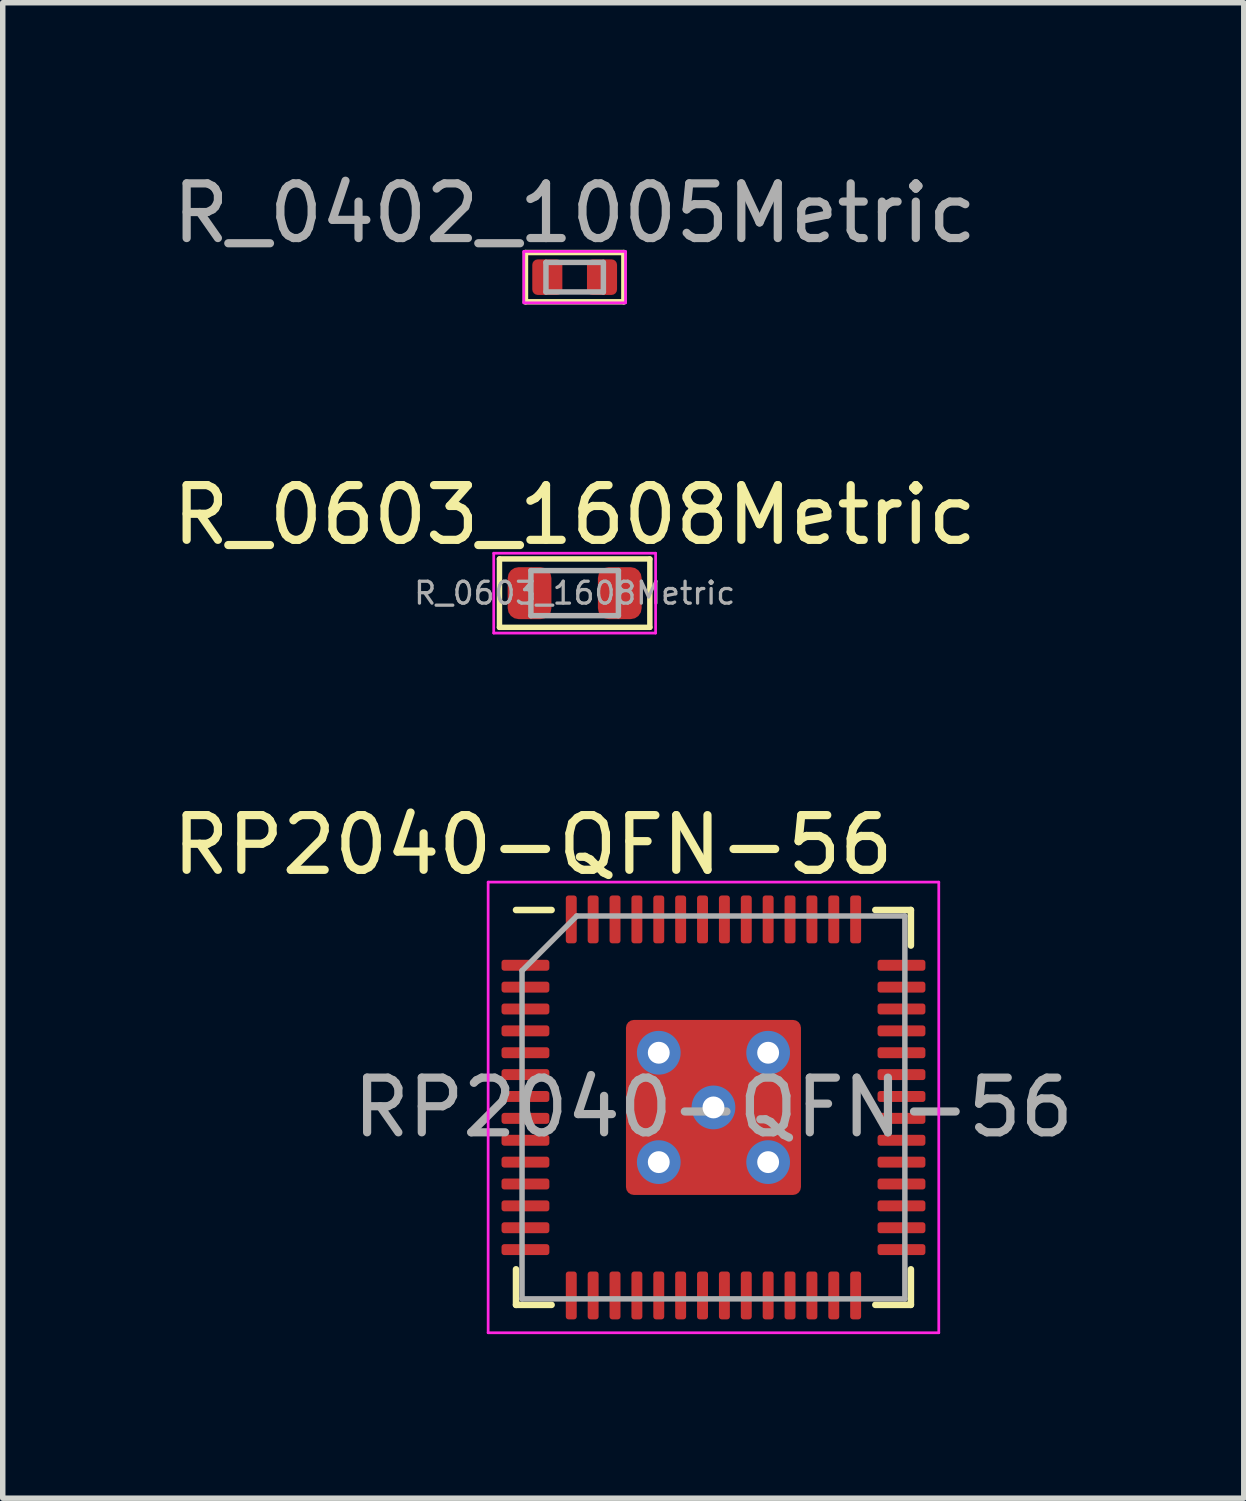
<source format=kicad_pcb>
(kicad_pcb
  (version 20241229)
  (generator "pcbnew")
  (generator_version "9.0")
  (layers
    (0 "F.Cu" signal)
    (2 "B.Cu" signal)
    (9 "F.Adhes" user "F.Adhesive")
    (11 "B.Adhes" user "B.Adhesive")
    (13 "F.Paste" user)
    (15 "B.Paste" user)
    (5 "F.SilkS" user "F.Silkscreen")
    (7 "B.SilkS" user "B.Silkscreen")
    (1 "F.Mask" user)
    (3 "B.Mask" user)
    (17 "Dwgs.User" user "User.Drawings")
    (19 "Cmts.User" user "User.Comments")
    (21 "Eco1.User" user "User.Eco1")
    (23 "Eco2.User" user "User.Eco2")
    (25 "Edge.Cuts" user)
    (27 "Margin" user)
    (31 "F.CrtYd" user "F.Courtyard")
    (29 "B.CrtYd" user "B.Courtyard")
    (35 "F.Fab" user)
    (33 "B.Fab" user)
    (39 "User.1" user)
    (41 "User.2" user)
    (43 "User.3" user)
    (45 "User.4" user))
  (footprint "R_0402_1005Metric"
    (layer "F.Cu")
    (at 7.458 2.018)
    (property "Reference" "R_0402_1005Metric" (at 0 -1.17 0) (layer "F.Fab") (effects (font (size 1 1) (thickness 0.15))))
    (attr smd)
    (fp_line (start -0.9 -0.45) (end -0.9 0.45) (stroke (width 0.1) (type solid)) (layer "F.SilkS"))
    (fp_line (start -0.9 -0.45) (end 0.9 -0.45) (stroke (width 0.1) (type solid)) (layer "F.SilkS"))
    (fp_line (start -0.9 0.45) (end 0.9 0.45) (stroke (width 0.1) (type solid)) (layer "F.SilkS"))
    (fp_line (start 0.9 -0.45) (end 0.9 0.45) (stroke (width 0.1) (type solid)) (layer "F.SilkS"))
    (fp_line (start -0.93 -0.47) (end 0.93 -0.47) (stroke (width 0.05) (type solid)) (layer "F.CrtYd"))
    (fp_line (start -0.93 0.47) (end -0.93 -0.47) (stroke (width 0.05) (type solid)) (layer "F.CrtYd"))
    (fp_line (start 0.93 -0.47) (end 0.93 0.47) (stroke (width 0.05) (type solid)) (layer "F.CrtYd"))
    (fp_line (start 0.93 0.47) (end -0.93 0.47) (stroke (width 0.05) (type solid)) (layer "F.CrtYd"))
    (fp_line (start -0.525 -0.27) (end 0.525 -0.27) (stroke (width 0.1) (type solid)) (layer "F.Fab"))
    (fp_line (start -0.525 0.27) (end -0.525 -0.27) (stroke (width 0.1) (type solid)) (layer "F.Fab"))
    (fp_line (start 0.525 -0.27) (end 0.525 0.27) (stroke (width 0.1) (type solid)) (layer "F.Fab"))
    (fp_line (start 0.525 0.27) (end -0.525 0.27) (stroke (width 0.1) (type solid)) (layer "F.Fab"))
    (pad "1" smd roundrect (at -0.5 0) (size 0.55 0.65) (layers "F.Cu" "F.Mask" "F.Paste") (roundrect_rratio 0.182))
    (pad "2" smd roundrect (at 0.5 0) (size 0.55 0.65) (layers "F.Cu" "F.Mask" "F.Paste") (roundrect_rratio 0.182)))
  (footprint "RP2040-QFN-56"
    (layer "F.Cu")
    (at 9.996 17.2)
    (property "Reference" "RP2040-QFN-56" (at -3.3 -4.8 180) (layer "F.SilkS") (effects (font (size 1 1) (thickness 0.15))))
    (attr smd)
    (fp_line (start -3.61 3.61) (end -3.61 2.96) (stroke (width 0.12) (type solid)) (layer "F.SilkS"))
    (fp_line (start -2.96 -3.61) (end -3.61 -3.61) (stroke (width 0.12) (type solid)) (layer "F.SilkS"))
    (fp_line (start -2.96 3.61) (end -3.61 3.61) (stroke (width 0.12) (type solid)) (layer "F.SilkS"))
    (fp_line (start 2.96 -3.61) (end 3.61 -3.61) (stroke (width 0.12) (type solid)) (layer "F.SilkS"))
    (fp_line (start 2.96 3.61) (end 3.61 3.61) (stroke (width 0.12) (type solid)) (layer "F.SilkS"))
    (fp_line (start 3.61 -3.61) (end 3.61 -2.96) (stroke (width 0.12) (type solid)) (layer "F.SilkS"))
    (fp_line (start 3.61 3.61) (end 3.61 2.96) (stroke (width 0.12) (type solid)) (layer "F.SilkS"))
    (fp_line (start -4.12 -4.12) (end -4.12 4.12) (stroke (width 0.05) (type solid)) (layer "F.CrtYd"))
    (fp_line (start -4.12 4.12) (end 4.12 4.12) (stroke (width 0.05) (type solid)) (layer "F.CrtYd"))
    (fp_line (start 4.12 -4.12) (end -4.12 -4.12) (stroke (width 0.05) (type solid)) (layer "F.CrtYd"))
    (fp_line (start 4.12 4.12) (end 4.12 -4.12) (stroke (width 0.05) (type solid)) (layer "F.CrtYd"))
    (fp_line (start -3.5 -2.5) (end -2.5 -3.5) (stroke (width 0.1) (type solid)) (layer "F.Fab"))
    (fp_line (start -3.5 3.5) (end -3.5 -2.5) (stroke (width 0.1) (type solid)) (layer "F.Fab"))
    (fp_line (start -2.5 -3.5) (end 3.5 -3.5) (stroke (width 0.1) (type solid)) (layer "F.Fab"))
    (fp_line (start 3.5 -3.5) (end 3.5 3.5) (stroke (width 0.1) (type solid)) (layer "F.Fab"))
    (fp_line (start 3.5 3.5) (end -3.5 3.5) (stroke (width 0.1) (type solid)) (layer "F.Fab"))
    (fp_text user "${REFERENCE}" (at 0 0 180) (layer "F.Fab") (effects (font (size 1 1) (thickness 0.15))))
    (pad "" smd roundrect (at -0.637 -0.637) (size 1.084 1.084) (layers "F.Paste") (roundrect_rratio 0.231))
    (pad "" smd roundrect (at -0.637 0.637) (size 1.084 1.084) (layers "F.Paste") (roundrect_rratio 0.231))
    (pad "" smd roundrect (at 0.637 -0.637) (size 1.084 1.084) (layers "F.Paste") (roundrect_rratio 0.231))
    (pad "" smd roundrect (at 0.637 0.637) (size 1.084 1.084) (layers "F.Paste") (roundrect_rratio 0.231))
    (pad "1" smd roundrect (at -3.438 -2.6) (size 0.875 0.2) (layers "F.Cu" "F.Mask" "F.Paste") (roundrect_rratio 0.25))
    (pad "2" smd roundrect (at -3.438 -2.2) (size 0.875 0.2) (layers "F.Cu" "F.Mask" "F.Paste") (roundrect_rratio 0.25))
    (pad "3" smd roundrect (at -3.438 -1.8) (size 0.875 0.2) (layers "F.Cu" "F.Mask" "F.Paste") (roundrect_rratio 0.25))
    (pad "4" smd roundrect (at -3.438 -1.4) (size 0.875 0.2) (layers "F.Cu" "F.Mask" "F.Paste") (roundrect_rratio 0.25))
    (pad "5" smd roundrect (at -3.438 -1) (size 0.875 0.2) (layers "F.Cu" "F.Mask" "F.Paste") (roundrect_rratio 0.25))
    (pad "6" smd roundrect (at -3.438 -0.6) (size 0.875 0.2) (layers "F.Cu" "F.Mask" "F.Paste") (roundrect_rratio 0.25))
    (pad "7" smd roundrect (at -3.438 -0.2) (size 0.875 0.2) (layers "F.Cu" "F.Mask" "F.Paste") (roundrect_rratio 0.25))
    (pad "8" smd roundrect (at -3.438 0.2) (size 0.875 0.2) (layers "F.Cu" "F.Mask" "F.Paste") (roundrect_rratio 0.25))
    (pad "9" smd roundrect (at -3.438 0.6) (size 0.875 0.2) (layers "F.Cu" "F.Mask" "F.Paste") (roundrect_rratio 0.25))
    (pad "10" smd roundrect (at -3.438 1) (size 0.875 0.2) (layers "F.Cu" "F.Mask" "F.Paste") (roundrect_rratio 0.25))
    (pad "11" smd roundrect (at -3.438 1.4) (size 0.875 0.2) (layers "F.Cu" "F.Mask" "F.Paste") (roundrect_rratio 0.25))
    (pad "12" smd roundrect (at -3.438 1.8) (size 0.875 0.2) (layers "F.Cu" "F.Mask" "F.Paste") (roundrect_rratio 0.25))
    (pad "13" smd roundrect (at -3.438 2.2) (size 0.875 0.2) (layers "F.Cu" "F.Mask" "F.Paste") (roundrect_rratio 0.25))
    (pad "14" smd roundrect (at -3.438 2.6) (size 0.875 0.2) (layers "F.Cu" "F.Mask" "F.Paste") (roundrect_rratio 0.25))
    (pad "15" smd roundrect (at -2.6 3.438) (size 0.2 0.875) (layers "F.Cu" "F.Mask" "F.Paste") (roundrect_rratio 0.25))
    (pad "16" smd roundrect (at -2.2 3.438) (size 0.2 0.875) (layers "F.Cu" "F.Mask" "F.Paste") (roundrect_rratio 0.25))
    (pad "17" smd roundrect (at -1.8 3.438) (size 0.2 0.875) (layers "F.Cu" "F.Mask" "F.Paste") (roundrect_rratio 0.25))
    (pad "18" smd roundrect (at -1.4 3.438) (size 0.2 0.875) (layers "F.Cu" "F.Mask" "F.Paste") (roundrect_rratio 0.25))
    (pad "19" smd roundrect (at -1 3.438) (size 0.2 0.875) (layers "F.Cu" "F.Mask" "F.Paste") (roundrect_rratio 0.25))
    (pad "20" smd roundrect (at -0.6 3.438) (size 0.2 0.875) (layers "F.Cu" "F.Mask" "F.Paste") (roundrect_rratio 0.25))
    (pad "21" smd roundrect (at -0.2 3.438) (size 0.2 0.875) (layers "F.Cu" "F.Mask" "F.Paste") (roundrect_rratio 0.25))
    (pad "22" smd roundrect (at 0.2 3.438) (size 0.2 0.875) (layers "F.Cu" "F.Mask" "F.Paste") (roundrect_rratio 0.25))
    (pad "23" smd roundrect (at 0.6 3.438) (size 0.2 0.875) (layers "F.Cu" "F.Mask" "F.Paste") (roundrect_rratio 0.25))
    (pad "24" smd roundrect (at 1 3.438) (size 0.2 0.875) (layers "F.Cu" "F.Mask" "F.Paste") (roundrect_rratio 0.25))
    (pad "25" smd roundrect (at 1.4 3.438) (size 0.2 0.875) (layers "F.Cu" "F.Mask" "F.Paste") (roundrect_rratio 0.25))
    (pad "26" smd roundrect (at 1.8 3.438) (size 0.2 0.875) (layers "F.Cu" "F.Mask" "F.Paste") (roundrect_rratio 0.25))
    (pad "27" smd roundrect (at 2.2 3.438) (size 0.2 0.875) (layers "F.Cu" "F.Mask" "F.Paste") (roundrect_rratio 0.25))
    (pad "28" smd roundrect (at 2.6 3.438) (size 0.2 0.875) (layers "F.Cu" "F.Mask" "F.Paste") (roundrect_rratio 0.25))
    (pad "29" smd roundrect (at 3.438 2.6) (size 0.875 0.2) (layers "F.Cu" "F.Mask" "F.Paste") (roundrect_rratio 0.25))
    (pad "30" smd roundrect (at 3.438 2.2) (size 0.875 0.2) (layers "F.Cu" "F.Mask" "F.Paste") (roundrect_rratio 0.25))
    (pad "31" smd roundrect (at 3.438 1.8) (size 0.875 0.2) (layers "F.Cu" "F.Mask" "F.Paste") (roundrect_rratio 0.25))
    (pad "32" smd roundrect (at 3.438 1.4) (size 0.875 0.2) (layers "F.Cu" "F.Mask" "F.Paste") (roundrect_rratio 0.25))
    (pad "33" smd roundrect (at 3.438 1) (size 0.875 0.2) (layers "F.Cu" "F.Mask" "F.Paste") (roundrect_rratio 0.25))
    (pad "34" smd roundrect (at 3.438 0.6) (size 0.875 0.2) (layers "F.Cu" "F.Mask" "F.Paste") (roundrect_rratio 0.25))
    (pad "35" smd roundrect (at 3.438 0.2) (size 0.875 0.2) (layers "F.Cu" "F.Mask" "F.Paste") (roundrect_rratio 0.25))
    (pad "36" smd roundrect (at 3.438 -0.2) (size 0.875 0.2) (layers "F.Cu" "F.Mask" "F.Paste") (roundrect_rratio 0.25))
    (pad "37" smd roundrect (at 3.438 -0.6) (size 0.875 0.2) (layers "F.Cu" "F.Mask" "F.Paste") (roundrect_rratio 0.25))
    (pad "38" smd roundrect (at 3.438 -1) (size 0.875 0.2) (layers "F.Cu" "F.Mask" "F.Paste") (roundrect_rratio 0.25))
    (pad "39" smd roundrect (at 3.438 -1.4) (size 0.875 0.2) (layers "F.Cu" "F.Mask" "F.Paste") (roundrect_rratio 0.25))
    (pad "40" smd roundrect (at 3.438 -1.8) (size 0.875 0.2) (layers "F.Cu" "F.Mask" "F.Paste") (roundrect_rratio 0.25))
    (pad "41" smd roundrect (at 3.438 -2.2) (size 0.875 0.2) (layers "F.Cu" "F.Mask" "F.Paste") (roundrect_rratio 0.25))
    (pad "42" smd roundrect (at 3.438 -2.6) (size 0.875 0.2) (layers "F.Cu" "F.Mask" "F.Paste") (roundrect_rratio 0.25))
    (pad "43" smd roundrect (at 2.6 -3.438) (size 0.2 0.875) (layers "F.Cu" "F.Mask" "F.Paste") (roundrect_rratio 0.25))
    (pad "44" smd roundrect (at 2.2 -3.438) (size 0.2 0.875) (layers "F.Cu" "F.Mask" "F.Paste") (roundrect_rratio 0.25))
    (pad "45" smd roundrect (at 1.8 -3.438) (size 0.2 0.875) (layers "F.Cu" "F.Mask" "F.Paste") (roundrect_rratio 0.25))
    (pad "46" smd roundrect (at 1.4 -3.438) (size 0.2 0.875) (layers "F.Cu" "F.Mask" "F.Paste") (roundrect_rratio 0.25))
    (pad "47" smd roundrect (at 1 -3.438) (size 0.2 0.875) (layers "F.Cu" "F.Mask" "F.Paste") (roundrect_rratio 0.25))
    (pad "48" smd roundrect (at 0.6 -3.438) (size 0.2 0.875) (layers "F.Cu" "F.Mask" "F.Paste") (roundrect_rratio 0.25))
    (pad "49" smd roundrect (at 0.2 -3.438) (size 0.2 0.875) (layers "F.Cu" "F.Mask" "F.Paste") (roundrect_rratio 0.25))
    (pad "50" smd roundrect (at -0.2 -3.438) (size 0.2 0.875) (layers "F.Cu" "F.Mask" "F.Paste") (roundrect_rratio 0.25))
    (pad "51" smd roundrect (at -0.6 -3.438) (size 0.2 0.875) (layers "F.Cu" "F.Mask" "F.Paste") (roundrect_rratio 0.25))
    (pad "52" smd roundrect (at -1 -3.438) (size 0.2 0.875) (layers "F.Cu" "F.Mask" "F.Paste") (roundrect_rratio 0.25))
    (pad "53" smd roundrect (at -1.4 -3.438) (size 0.2 0.875) (layers "F.Cu" "F.Mask" "F.Paste") (roundrect_rratio 0.25))
    (pad "54" smd roundrect (at -1.8 -3.438) (size 0.2 0.875) (layers "F.Cu" "F.Mask" "F.Paste") (roundrect_rratio 0.25))
    (pad "55" smd roundrect (at -2.2 -3.438) (size 0.2 0.875) (layers "F.Cu" "F.Mask" "F.Paste") (roundrect_rratio 0.25))
    (pad "56" smd roundrect (at -2.6 -3.438) (size 0.2 0.875) (layers "F.Cu" "F.Mask" "F.Paste") (roundrect_rratio 0.25))
    (pad "57" thru_hole circle (at -1 -1) (size 0.8 0.8) (drill 0.4) (layers "*.Cu"))
    (pad "57" thru_hole circle (at -1 1) (size 0.8 0.8) (drill 0.4) (layers "*.Cu"))
    (pad "57" thru_hole circle (at 0 0) (size 0.8 0.8) (drill 0.4) (layers "*.Cu"))
    (pad "57" smd roundrect (at 0 0) (size 3.2 3.2) (layers "F.Cu" "F.Mask") (roundrect_rratio 0.045))
    (pad "57" thru_hole circle (at 1 -1) (size 0.8 0.8) (drill 0.4) (layers "*.Cu"))
    (pad "57" thru_hole circle (at 1 1) (size 0.8 0.8) (drill 0.4) (layers "*.Cu")))
  (footprint "R_0603_1608Metric"
    (layer "F.Cu")
    (at 7.458 7.796)
    (property "Reference" "R_0603_1608Metric" (at 0 -1.43 0) (layer "F.SilkS") (effects (font (size 1 1) (thickness 0.15))))
    (attr smd)
    (fp_line (start -1.375 -0.625) (end 1.375 -0.625) (stroke (width 0.1) (type solid)) (layer "F.SilkS"))
    (fp_line (start -1.375 0.625) (end -1.375 -0.625) (stroke (width 0.1) (type solid)) (layer "F.SilkS"))
    (fp_line (start -1.375 0.625) (end 1.375 0.625) (stroke (width 0.1) (type solid)) (layer "F.SilkS"))
    (fp_line (start 1.375 0.625) (end 1.375 -0.625) (stroke (width 0.1) (type solid)) (layer "F.SilkS"))
    (fp_line (start -1.48 -0.73) (end 1.48 -0.73) (stroke (width 0.05) (type solid)) (layer "F.CrtYd"))
    (fp_line (start -1.48 0.73) (end -1.48 -0.73) (stroke (width 0.05) (type solid)) (layer "F.CrtYd"))
    (fp_line (start 1.48 -0.73) (end 1.48 0.73) (stroke (width 0.05) (type solid)) (layer "F.CrtYd"))
    (fp_line (start 1.48 0.73) (end -1.48 0.73) (stroke (width 0.05) (type solid)) (layer "F.CrtYd"))
    (fp_line (start -0.8 -0.412) (end 0.8 -0.412) (stroke (width 0.1) (type solid)) (layer "F.Fab"))
    (fp_line (start -0.8 0.412) (end -0.8 -0.412) (stroke (width 0.1) (type solid)) (layer "F.Fab"))
    (fp_line (start 0.8 -0.412) (end 0.8 0.412) (stroke (width 0.1) (type solid)) (layer "F.Fab"))
    (fp_line (start 0.8 0.412) (end -0.8 0.412) (stroke (width 0.1) (type solid)) (layer "F.Fab"))
    (fp_text user "${REFERENCE}" (at 0 0 0) (layer "F.Fab") (effects (font (size 0.4 0.4) (thickness 0.06))))
    (pad "1" smd roundrect (at -0.825 0) (size 0.8 0.95) (layers "F.Cu" "F.Mask" "F.Paste") (roundrect_rratio 0.25))
    (pad "2" smd roundrect (at 0.825 0) (size 0.8 0.95) (layers "F.Cu" "F.Mask" "F.Paste") (roundrect_rratio 0.25)))
  (gr_rect
    (start -3 -3)
    (end 19.693 24.345)
    (stroke (width 0.1) (type default))
    (fill no)
    (layer "Edge.Cuts")))
</source>
